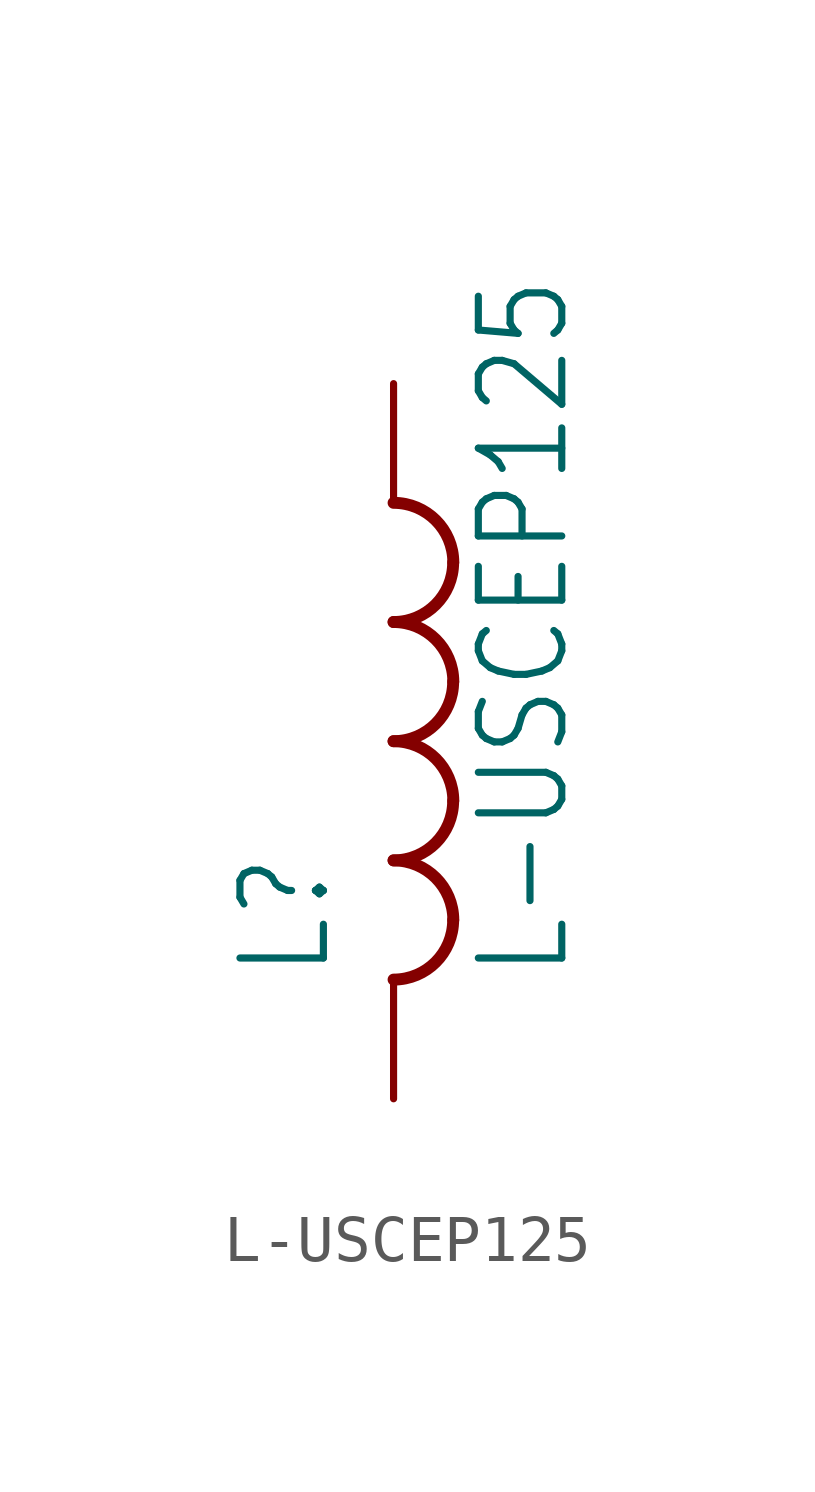
<source format=kicad_sym>
(kicad_symbol_lib
  (version 20220914)
  (generator kicad_symbol_editor)
  (symbol "L-USCEP125"
    (property "Reference" "L"
      (at -1.27 -5.08 90)
      (effects (font (size 1.778 1.511)) (justify left bottom)))
    (property "Value" "L-USCEP125"
      (at 3.81 -5.08 90)
      (effects (font (size 1.778 1.511)) (justify left bottom)))
    (property "ki_locked" ""
      (at 0 0 0)
      (effects (font (size 1.27 1.27))))
    (symbol "L-USCEP125_1_0"
      (arc (start 0 -5.08) (mid 0.898 -4.708) (end 1.27 -3.81) (stroke (width 0.254) (type default)) (fill (type none)))
      (arc (start 0 -2.54) (mid 0.898 -2.168) (end 1.27 -1.27) (stroke (width 0.254) (type default)) (fill (type none)))
      (arc (start 0 0) (mid 0.898 0.372) (end 1.27 1.27) (stroke (width 0.254) (type default)) (fill (type none)))
      (arc (start 0 2.54) (mid 0.898 2.912) (end 1.27 3.81) (stroke (width 0.254) (type default)) (fill (type none)))
      (arc (start 1.27 -3.81) (mid 0.898 -2.912) (end 0 -2.54) (stroke (width 0.254) (type default)) (fill (type none)))
      (arc (start 1.27 -1.27) (mid 0.898 -0.372) (end 0 0) (stroke (width 0.254) (type default)) (fill (type none)))
      (arc (start 1.27 1.27) (mid 0.898 2.168) (end 0 2.54) (stroke (width 0.254) (type default)) (fill (type none)))
      (arc (start 1.27 3.81) (mid 0.898 4.708) (end 0 5.08) (stroke (width 0.254) (type default)) (fill (type none)))
      (pin passive line (at 0 7.62 270) (length 2.54) (name "1" (effects (font (size 0 0)))) (number "1" (effects (font (size 0 0)))))
      (pin passive line (at 0 -7.62 90) (length 2.54) (name "2" (effects (font (size 0 0)))) (number "2" (effects (font (size 0 0))))))))
</source>
